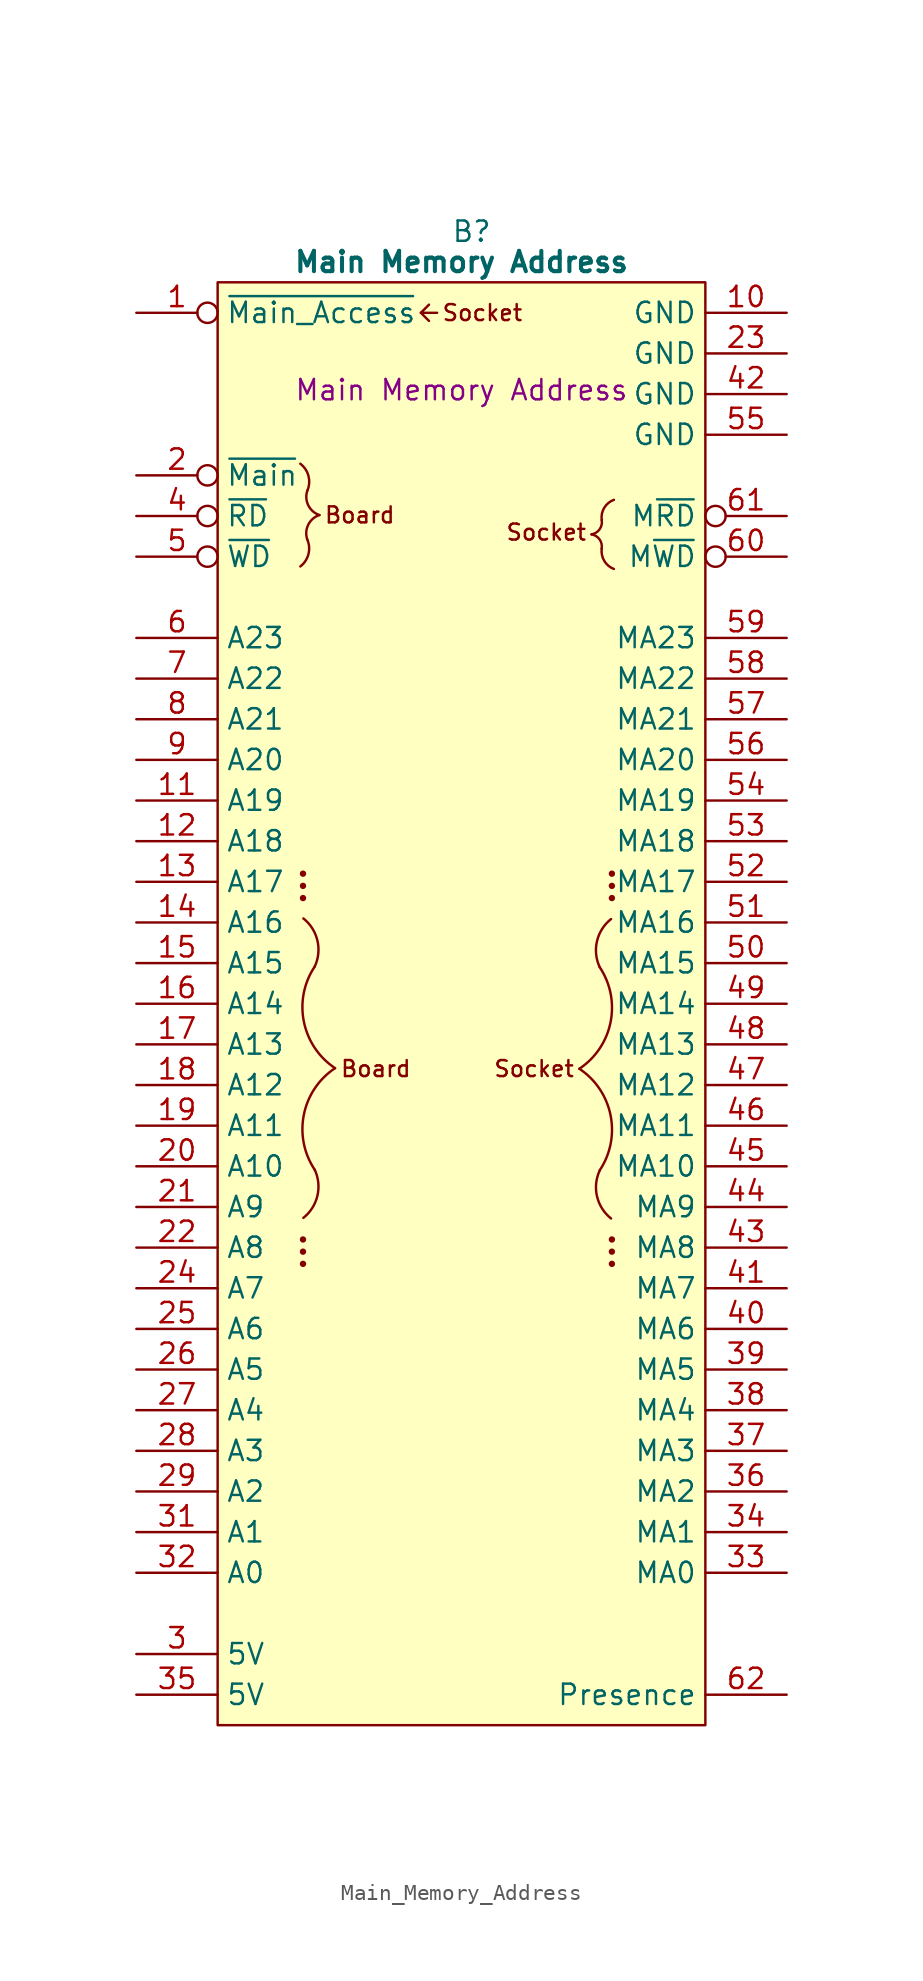
<source format=kicad_sym>
(kicad_symbol_lib
  (version 20241209)
  (generator "kicad_symbol_editor")
  (generator_version "9.0")
  (symbol "Main_Memory_Address"
    (property "Reference" "B"
      (at 15.875 5.08 0)
      (effects (font (size 1.27 1.27))))
    (property "Value" "Main Memory Address"
      (at 15.24 3.175 0)
      (effects (font (size 1.27 1.27) (bold yes))))
    (property "Description" "Main Memory Address"
      (at 15.24 -4.826 0)
      (effects (font (size 1.27 1.27))))
    (symbol "Main_Memory_Address_0_1"
      (polyline (pts (xy 0 1.905) (xy 30.48 1.905) (xy 30.48 -88.265) (xy 0 -88.265) (xy 0 1.905)) (stroke (width 0.152) (type default)) (fill (type background))))
    (symbol "Main_Memory_Address_1_0"
      (pin input line (at -5.08 -78.74 0) (length 5.08) (name "A0" (effects (font (size 1.27 1.27)))) (number "32" (effects (font (size 1.27 1.27)))))
      (pin output inverted (at 35.56 -12.7 180) (length 5.08) (name "M~{RD}" (effects (font (size 1.27 1.27)))) (number "61" (effects (font (size 1.27 1.27)))))
      (pin output inverted (at 35.56 -15.24 180) (length 5.08) (name "M~{WD}" (effects (font (size 1.27 1.27)))) (number "60" (effects (font (size 1.27 1.27)))))
      (pin output line (at 35.56 -20.32 180) (length 5.08) (name "MA23" (effects (font (size 1.27 1.27)))) (number "59" (effects (font (size 1.27 1.27)))))
      (pin output line (at 35.56 -22.86 180) (length 5.08) (name "MA22" (effects (font (size 1.27 1.27)))) (number "58" (effects (font (size 1.27 1.27)))))
      (pin output line (at 35.56 -25.4 180) (length 5.08) (name "MA21" (effects (font (size 1.27 1.27)))) (number "57" (effects (font (size 1.27 1.27)))))
      (pin output line (at 35.56 -27.94 180) (length 5.08) (name "MA20" (effects (font (size 1.27 1.27)))) (number "56" (effects (font (size 1.27 1.27)))))
      (pin output line (at 35.56 -30.48 180) (length 5.08) (name "MA19" (effects (font (size 1.27 1.27)))) (number "54" (effects (font (size 1.27 1.27)))))
      (pin output line (at 35.56 -53.34 180) (length 5.08) (name "MA10" (effects (font (size 1.27 1.27)))) (number "45" (effects (font (size 1.27 1.27)))))
      (pin output line (at 35.56 -66.04 180) (length 5.08) (name "MA5" (effects (font (size 1.27 1.27)))) (number "39" (effects (font (size 1.27 1.27)))))
      (pin output line (at 35.56 -68.58 180) (length 5.08) (name "MA4" (effects (font (size 1.27 1.27)))) (number "38" (effects (font (size 1.27 1.27)))))
      (pin output line (at 35.56 -71.12 180) (length 5.08) (name "MA3" (effects (font (size 1.27 1.27)))) (number "37" (effects (font (size 1.27 1.27)))))
      (pin output line (at 35.56 -73.66 180) (length 5.08) (name "MA2" (effects (font (size 1.27 1.27)))) (number "36" (effects (font (size 1.27 1.27)))))
      (pin output line (at 35.56 -76.2 180) (length 5.08) (name "MA1" (effects (font (size 1.27 1.27)))) (number "34" (effects (font (size 1.27 1.27)))))
      (pin output line (at 35.56 -78.74 180) (length 5.08) (name "MA0" (effects (font (size 1.27 1.27)))) (number "33" (effects (font (size 1.27 1.27))))))
    (symbol "Main_Memory_Address_1_1"
      (arc (start 6.068 -53.556) (mid 6.235 -55.1833) (end 5.357 -56.5634) (stroke (width 0) (type default)) (fill (type none)))
      (arc (start 5.357 -37.8486) (mid 6.2357 -39.2286) (end 6.068 -40.856) (stroke (width 0) (type default)) (fill (type none)))
      (arc (start 5.6 -14.164) (mid 5.6748 -15.0811) (end 5.166 -15.849) (stroke (width 0) (type default)) (fill (type none)))
      (arc (start 5.165 -9.432) (mid 5.6756 -10.1983) (end 5.6 -11.116) (stroke (width 0) (type default)) (fill (type none)))
      (circle (center 5.334 -35.052) (radius 0.0001) (stroke (width 0.2) (type default)) (fill (type none)))
      (circle (center 5.334 -35.814) (radius 0.0001) (stroke (width 0.2) (type default)) (fill (type none)))
      (circle (center 5.334 -36.576) (radius 0.0001) (stroke (width 0.2) (type default)) (fill (type none)))
      (circle (center 5.334 -57.912) (radius 0.0001) (stroke (width 0.2) (type default)) (fill (type none)))
      (circle (center 5.334 -58.674) (radius 0.0001) (stroke (width 0.2) (type default)) (fill (type none)))
      (circle (center 5.334 -59.436) (radius 0.0001) (stroke (width 0.2) (type default)) (fill (type none)))
      (arc (start 6.362 -12.64) (mid 5.6648 -12.0361) (end 5.6 -11.116) (stroke (width 0) (type default)) (fill (type none)))
      (arc (start 5.6 -14.164) (mid 5.6636 -13.2429) (end 6.362 -12.64) (stroke (width 0) (type default)) (fill (type none)))
      (arc (start 7.338 -47.206) (mid 5.3879 -44.294) (end 6.068 -40.856) (stroke (width 0) (type default)) (fill (type none)))
      (arc (start 6.068 -53.556) (mid 5.3879 -50.118) (end 7.338 -47.206) (stroke (width 0) (type default)) (fill (type none)))
      (polyline (pts (xy 12.7 0) (xy 13.208 -0.508)) (stroke (width 0) (type default)) (fill (type none)))
      (polyline (pts (xy 13.716 0) (xy 12.7 0) (xy 13.208 0.508)) (stroke (width 0) (type default)) (fill (type none)))
      (arc (start 23.8761 -40.894) (mid 24.5562 -44.332) (end 22.6061 -47.244) (stroke (width 0) (type default)) (fill (type none)))
      (arc (start 22.6061 -47.244) (mid 24.5562 -50.156) (end 23.8761 -53.594) (stroke (width 0) (type default)) (fill (type none)))
      (arc (start 24.003 -12.954) (mid 23.8686 -13.5305) (end 23.366 -13.844) (stroke (width 0) (type default)) (fill (type none)))
      (arc (start 23.364 -13.85) (mid 23.8709 -14.1602) (end 24.001 -14.74) (stroke (width 0) (type default)) (fill (type none)))
      (circle (center 24.638 -35.052) (radius 0.0001) (stroke (width 0.2) (type default)) (fill (type none)))
      (circle (center 24.638 -35.814) (radius 0.0001) (stroke (width 0.2) (type default)) (fill (type none)))
      (circle (center 24.638 -36.576) (radius 0.0001) (stroke (width 0.2) (type default)) (fill (type none)))
      (circle (center 24.638 -57.912) (radius 0.0001) (stroke (width 0.2) (type default)) (fill (type none)))
      (circle (center 24.638 -58.674) (radius 0.0001) (stroke (width 0.2) (type default)) (fill (type none)))
      (circle (center 24.638 -59.436) (radius 0.0001) (stroke (width 0.2) (type default)) (fill (type none)))
      (arc (start 24.003 -12.954) (mid 24.1593 -12.184) (end 24.765 -11.684) (stroke (width 0) (type default)) (fill (type none)))
      (arc (start 24.763 -16.01) (mid 24.1611 -15.5076) (end 24.001 -14.74) (stroke (width 0) (type default)) (fill (type none)))
      (arc (start 23.8761 -40.894) (mid 23.7087 -39.2669) (end 24.5871 -37.8866) (stroke (width 0) (type default)) (fill (type none)))
      (arc (start 24.5871 -56.6014) (mid 23.7079 -55.2215) (end 23.8761 -53.594) (stroke (width 0) (type default)) (fill (type none)))
      (text "Board" (at 6.616 -12.64 0) (effects (font (size 1 1)) (justify left)))
      (text "Board" (at 7.62 -47.244 0) (effects (font (size 1 1)) (justify left)))
      (text "Socket" (at 13.97 0 0) (effects (font (size 1 1)) (justify left)))
      (text "Socket" (at 22.352 -47.244 0) (effects (font (size 1 1)) (justify right)))
      (text "Socket" (at 23.114 -13.716 0) (effects (font (size 1 1)) (justify right)))
      (pin input inverted (at -5.08 0 0) (length 5.08) (name "~{Main_Access}" (effects (font (size 1.27 1.27)))) (number "1" (effects (font (size 1.27 1.27)))))
      (pin input inverted (at -5.08 -10.16 0) (length 5.08) (name "~{Main}" (effects (font (size 1.27 1.27)))) (number "2" (effects (font (size 1.27 1.27)))))
      (pin input inverted (at -5.08 -12.7 0) (length 5.08) (name "~{RD}" (effects (font (size 1.27 1.27)))) (number "4" (effects (font (size 1.27 1.27)))))
      (pin input inverted (at -5.08 -15.24 0) (length 5.08) (name "~{WD}" (effects (font (size 1.27 1.27)))) (number "5" (effects (font (size 1.27 1.27)))))
      (pin input line (at -5.08 -20.32 0) (length 5.08) (name "A23" (effects (font (size 1.27 1.27)))) (number "6" (effects (font (size 1.27 1.27)))))
      (pin input line (at -5.08 -22.86 0) (length 5.08) (name "A22" (effects (font (size 1.27 1.27)))) (number "7" (effects (font (size 1.27 1.27)))))
      (pin input line (at -5.08 -25.4 0) (length 5.08) (name "A21" (effects (font (size 1.27 1.27)))) (number "8" (effects (font (size 1.27 1.27)))))
      (pin input line (at -5.08 -27.94 0) (length 5.08) (name "A20" (effects (font (size 1.27 1.27)))) (number "9" (effects (font (size 1.27 1.27)))))
      (pin input line (at -5.08 -30.48 0) (length 5.08) (name "A19" (effects (font (size 1.27 1.27)))) (number "11" (effects (font (size 1.27 1.27)))))
      (pin input line (at -5.08 -33.02 0) (length 5.08) (name "A18" (effects (font (size 1.27 1.27)))) (number "12" (effects (font (size 1.27 1.27)))))
      (pin input line (at -5.08 -35.56 0) (length 5.08) (name "A17" (effects (font (size 1.27 1.27)))) (number "13" (effects (font (size 1.27 1.27)))))
      (pin input line (at -5.08 -38.1 0) (length 5.08) (name "A16" (effects (font (size 1.27 1.27)))) (number "14" (effects (font (size 1.27 1.27)))))
      (pin input line (at -5.08 -40.64 0) (length 5.08) (name "A15" (effects (font (size 1.27 1.27)))) (number "15" (effects (font (size 1.27 1.27)))))
      (pin input line (at -5.08 -43.18 0) (length 5.08) (name "A14" (effects (font (size 1.27 1.27)))) (number "16" (effects (font (size 1.27 1.27)))))
      (pin input line (at -5.08 -45.72 0) (length 5.08) (name "A13" (effects (font (size 1.27 1.27)))) (number "17" (effects (font (size 1.27 1.27)))))
      (pin input line (at -5.08 -48.26 0) (length 5.08) (name "A12" (effects (font (size 1.27 1.27)))) (number "18" (effects (font (size 1.27 1.27)))))
      (pin input line (at -5.08 -50.8 0) (length 5.08) (name "A11" (effects (font (size 1.27 1.27)))) (number "19" (effects (font (size 1.27 1.27)))))
      (pin input line (at -5.08 -53.34 0) (length 5.08) (name "A10" (effects (font (size 1.27 1.27)))) (number "20" (effects (font (size 1.27 1.27)))))
      (pin input line (at -5.08 -55.88 0) (length 5.08) (name "A9" (effects (font (size 1.27 1.27)))) (number "21" (effects (font (size 1.27 1.27)))))
      (pin input line (at -5.08 -58.42 0) (length 5.08) (name "A8" (effects (font (size 1.27 1.27)))) (number "22" (effects (font (size 1.27 1.27)))))
      (pin input line (at -5.08 -60.96 0) (length 5.08) (name "A7" (effects (font (size 1.27 1.27)))) (number "24" (effects (font (size 1.27 1.27)))))
      (pin input line (at -5.08 -63.5 0) (length 5.08) (name "A6" (effects (font (size 1.27 1.27)))) (number "25" (effects (font (size 1.27 1.27)))))
      (pin input line (at -5.08 -66.04 0) (length 5.08) (name "A5" (effects (font (size 1.27 1.27)))) (number "26" (effects (font (size 1.27 1.27)))))
      (pin input line (at -5.08 -68.58 0) (length 5.08) (name "A4" (effects (font (size 1.27 1.27)))) (number "27" (effects (font (size 1.27 1.27)))))
      (pin input line (at -5.08 -71.12 0) (length 5.08) (name "A3" (effects (font (size 1.27 1.27)))) (number "28" (effects (font (size 1.27 1.27)))))
      (pin input line (at -5.08 -73.66 0) (length 5.08) (name "A2" (effects (font (size 1.27 1.27)))) (number "29" (effects (font (size 1.27 1.27)))))
      (pin input line (at -5.08 -76.2 0) (length 5.08) (name "A1" (effects (font (size 1.27 1.27)))) (number "31" (effects (font (size 1.27 1.27)))))
      (pin no_connect line (at -5.08 -81.28 0) (length 5.08) (hide yes) (name "N.C." (effects (font (size 1.27 1.27)))) (number "30" (effects (font (size 1.27 1.27)))))
      (pin passive line (at -5.08 -83.82 0) (length 5.08) (name "5V" (effects (font (size 1.27 1.27)))) (number "3" (effects (font (size 1.27 1.27)))))
      (pin passive line (at -5.08 -86.36 0) (length 5.08) (name "5V" (effects (font (size 1.27 1.27)))) (number "35" (effects (font (size 1.27 1.27)))))
      (pin passive line (at 35.56 0 180) (length 5.08) (name "GND" (effects (font (size 1.27 1.27)))) (number "10" (effects (font (size 1.27 1.27)))))
      (pin passive line (at 35.56 -2.54 180) (length 5.08) (name "GND" (effects (font (size 1.27 1.27)))) (number "23" (effects (font (size 1.27 1.27)))))
      (pin passive line (at 35.56 -5.08 180) (length 5.08) (name "GND" (effects (font (size 1.27 1.27)))) (number "42" (effects (font (size 1.27 1.27)))))
      (pin passive line (at 35.56 -7.62 180) (length 5.08) (name "GND" (effects (font (size 1.27 1.27)))) (number "55" (effects (font (size 1.27 1.27)))))
      (pin output line (at 35.56 -33.02 180) (length 5.08) (name "MA18" (effects (font (size 1.27 1.27)))) (number "53" (effects (font (size 1.27 1.27)))))
      (pin output line (at 35.56 -35.56 180) (length 5.08) (name "MA17" (effects (font (size 1.27 1.27)))) (number "52" (effects (font (size 1.27 1.27)))))
      (pin output line (at 35.56 -38.1 180) (length 5.08) (name "MA16" (effects (font (size 1.27 1.27)))) (number "51" (effects (font (size 1.27 1.27)))))
      (pin output line (at 35.56 -40.64 180) (length 5.08) (name "MA15" (effects (font (size 1.27 1.27)))) (number "50" (effects (font (size 1.27 1.27)))))
      (pin output line (at 35.56 -43.18 180) (length 5.08) (name "MA14" (effects (font (size 1.27 1.27)))) (number "49" (effects (font (size 1.27 1.27)))))
      (pin output line (at 35.56 -45.72 180) (length 5.08) (name "MA13" (effects (font (size 1.27 1.27)))) (number "48" (effects (font (size 1.27 1.27)))))
      (pin output line (at 35.56 -48.26 180) (length 5.08) (name "MA12" (effects (font (size 1.27 1.27)))) (number "47" (effects (font (size 1.27 1.27)))))
      (pin output line (at 35.56 -50.8 180) (length 5.08) (name "MA11" (effects (font (size 1.27 1.27)))) (number "46" (effects (font (size 1.27 1.27)))))
      (pin output line (at 35.56 -55.88 180) (length 5.08) (name "MA9" (effects (font (size 1.27 1.27)))) (number "44" (effects (font (size 1.27 1.27)))))
      (pin output line (at 35.56 -58.42 180) (length 5.08) (name "MA8" (effects (font (size 1.27 1.27)))) (number "43" (effects (font (size 1.27 1.27)))))
      (pin output line (at 35.56 -60.96 180) (length 5.08) (name "MA7" (effects (font (size 1.27 1.27)))) (number "41" (effects (font (size 1.27 1.27)))))
      (pin output line (at 35.56 -63.5 180) (length 5.08) (name "MA6" (effects (font (size 1.27 1.27)))) (number "40" (effects (font (size 1.27 1.27)))))
      (pin no_connect line (at 35.56 -81.28 180) (length 5.08) (hide yes) (name "N.C." (effects (font (size 1.27 1.27)))) (number "64" (effects (font (size 1.27 1.27)))))
      (pin no_connect line (at 35.56 -83.82 180) (length 5.08) (hide yes) (name "N.C." (effects (font (size 1.27 1.27)))) (number "63" (effects (font (size 1.27 1.27)))))
      (pin output line (at 35.56 -86.36 180) (length 5.08) (name "Presence" (effects (font (size 1.27 1.27)))) (number "62" (effects (font (size 1.27 1.27))))))))
</source>
